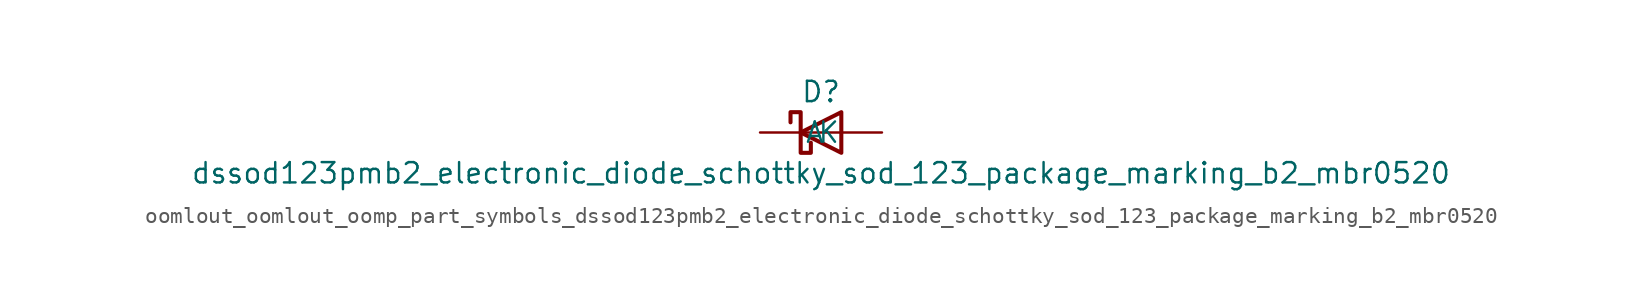
<source format=kicad_sym>
(kicad_symbol_lib
  (version 20220914)
  (generator kicad_symbol_editor)
  (symbol "oomlout_oomlout_oomp_part_symbols_dssod123pmb2_electronic_diode_schottky_sod_123_package_marking_b2_mbr0520"
    (pin_numbers hide)
    (pin_names
      (offset 1.016))
    (property "Reference" "D"
      (at 0 2.54 0)
      (effects (font (size 1.27 1.27))))
    (property "Value" "dssod123pmb2_electronic_diode_schottky_sod_123_package_marking_b2_mbr0520"
      (at 0 -2.54 0)
      (effects (font (size 1.27 1.27))))
    (symbol "oomlout_oomlout_oomp_part_symbols_dssod123pmb2_electronic_diode_schottky_sod_123_package_marking_b2_mbr0520_0_1"
      (polyline (pts (xy 1.27 0) (xy -1.27 0)) (stroke (width 0) (type default)) (fill (type none)))
      (polyline (pts (xy 1.27 1.27) (xy 1.27 -1.27) (xy -1.27 0) (xy 1.27 1.27)) (stroke (width 0.254) (type default)) (fill (type none)))
      (polyline (pts (xy -1.905 0.635) (xy -1.905 1.27) (xy -1.27 1.27) (xy -1.27 -1.27) (xy -0.635 -1.27) (xy -0.635 -0.635)) (stroke (width 0.254) (type default)) (fill (type none))))
    (symbol "oomlout_oomlout_oomp_part_symbols_dssod123pmb2_electronic_diode_schottky_sod_123_package_marking_b2_mbr0520_1_1"
      (pin passive line (at -3.81 0 0) (length 2.54) (name "K" (effects (font (size 1.27 1.27)))) (number "1" (effects (font (size 1.27 1.27)))))
      (pin passive line (at 3.81 0 180) (length 2.54) (name "A" (effects (font (size 1.27 1.27)))) (number "2" (effects (font (size 1.27 1.27))))))))
</source>
